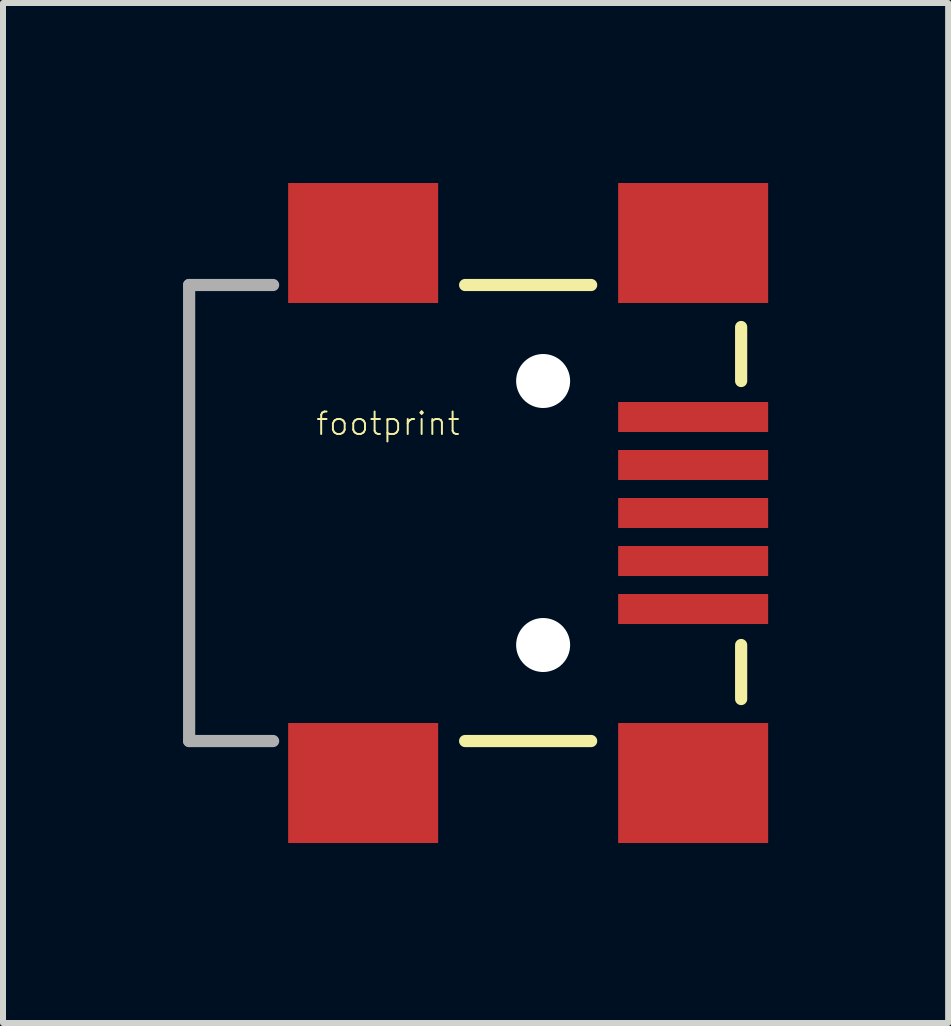
<source format=kicad_pcb>
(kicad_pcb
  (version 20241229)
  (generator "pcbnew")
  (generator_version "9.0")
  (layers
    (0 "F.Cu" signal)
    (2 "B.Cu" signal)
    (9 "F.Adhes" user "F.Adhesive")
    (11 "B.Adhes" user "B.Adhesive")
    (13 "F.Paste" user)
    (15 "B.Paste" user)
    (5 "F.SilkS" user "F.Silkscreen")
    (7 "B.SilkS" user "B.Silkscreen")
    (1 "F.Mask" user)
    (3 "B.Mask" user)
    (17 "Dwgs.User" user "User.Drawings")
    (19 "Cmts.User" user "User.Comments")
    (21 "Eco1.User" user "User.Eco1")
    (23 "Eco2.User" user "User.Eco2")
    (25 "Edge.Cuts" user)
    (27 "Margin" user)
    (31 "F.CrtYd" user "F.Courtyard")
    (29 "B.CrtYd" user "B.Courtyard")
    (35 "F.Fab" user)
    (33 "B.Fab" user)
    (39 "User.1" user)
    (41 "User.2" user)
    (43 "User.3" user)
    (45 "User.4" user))
  (footprint "footprint"
    (layer "F.Cu")
    (at 6.002 5.5)
    (property "Reference" "footprint" (at -3.81 -1.27 0) (layer "F.SilkS") (effects (font (size 0.374 0.374) (thickness 0.033)) (justify left bottom)))
    (fp_line (start -1.3 -3.8) (end 0.8 -3.8) (stroke (width 0.203) (type solid)) (layer "F.SilkS"))
    (fp_line (start 0.8 3.8) (end -1.3 3.8) (stroke (width 0.203) (type solid)) (layer "F.SilkS"))
    (fp_line (start 3.3 -3.1) (end 3.3 -2.2) (stroke (width 0.203) (type solid)) (layer "F.SilkS"))
    (fp_line (start 3.3 2.2) (end 3.3 3.1) (stroke (width 0.203) (type solid)) (layer "F.SilkS"))
    (fp_line (start -5.9 -3.8) (end -5.9 3.8) (stroke (width 0.203) (type solid)) (layer "F.Fab"))
    (fp_line (start -5.9 -3.8) (end -4.5 -3.8) (stroke (width 0.203) (type solid)) (layer "F.Fab"))
    (fp_line (start -5.9 3.8) (end -4.5 3.8) (stroke (width 0.203) (type solid)) (layer "F.Fab"))
    (pad "" np_thru_hole circle (at 0 -2.2) (size 0.9 0.9) (drill 0.9) (layers "*.Cu" "*.Mask"))
    (pad "" np_thru_hole circle (at 0 2.2) (size 0.9 0.9) (drill 0.9) (layers "*.Cu" "*.Mask"))
    (pad "D+" smd rect (at 2.5 0) (size 2.5 0.5) (layers "F.Cu" "F.Mask" "F.Paste"))
    (pad "D-" smd rect (at 2.5 -0.8) (size 2.5 0.5) (layers "F.Cu" "F.Mask" "F.Paste"))
    (pad "GND" smd rect (at 2.5 1.6) (size 2.5 0.5) (layers "F.Cu" "F.Mask" "F.Paste"))
    (pad "ID" smd rect (at 2.5 0.8) (size 2.5 0.5) (layers "F.Cu" "F.Mask" "F.Paste"))
    (pad "MTN1" smd rect (at -3 -4.5) (size 2.5 2) (layers "F.Cu" "F.Mask" "F.Paste"))
    (pad "MTN2" smd rect (at 2.5 -4.5) (size 2.5 2) (layers "F.Cu" "F.Mask" "F.Paste"))
    (pad "MTN3" smd rect (at -3 4.5) (size 2.5 2) (layers "F.Cu" "F.Mask" "F.Paste"))
    (pad "MTN4" smd rect (at 2.5 4.5) (size 2.5 2) (layers "F.Cu" "F.Mask" "F.Paste"))
    (pad "VBUS" smd rect (at 2.5 -1.6) (size 2.5 0.5) (layers "F.Cu" "F.Mask" "F.Paste")))
  (gr_rect
    (start -3 -3)
    (end 12.752 14)
    (stroke (width 0.1) (type default))
    (fill no)
    (layer "Edge.Cuts")))
</source>
